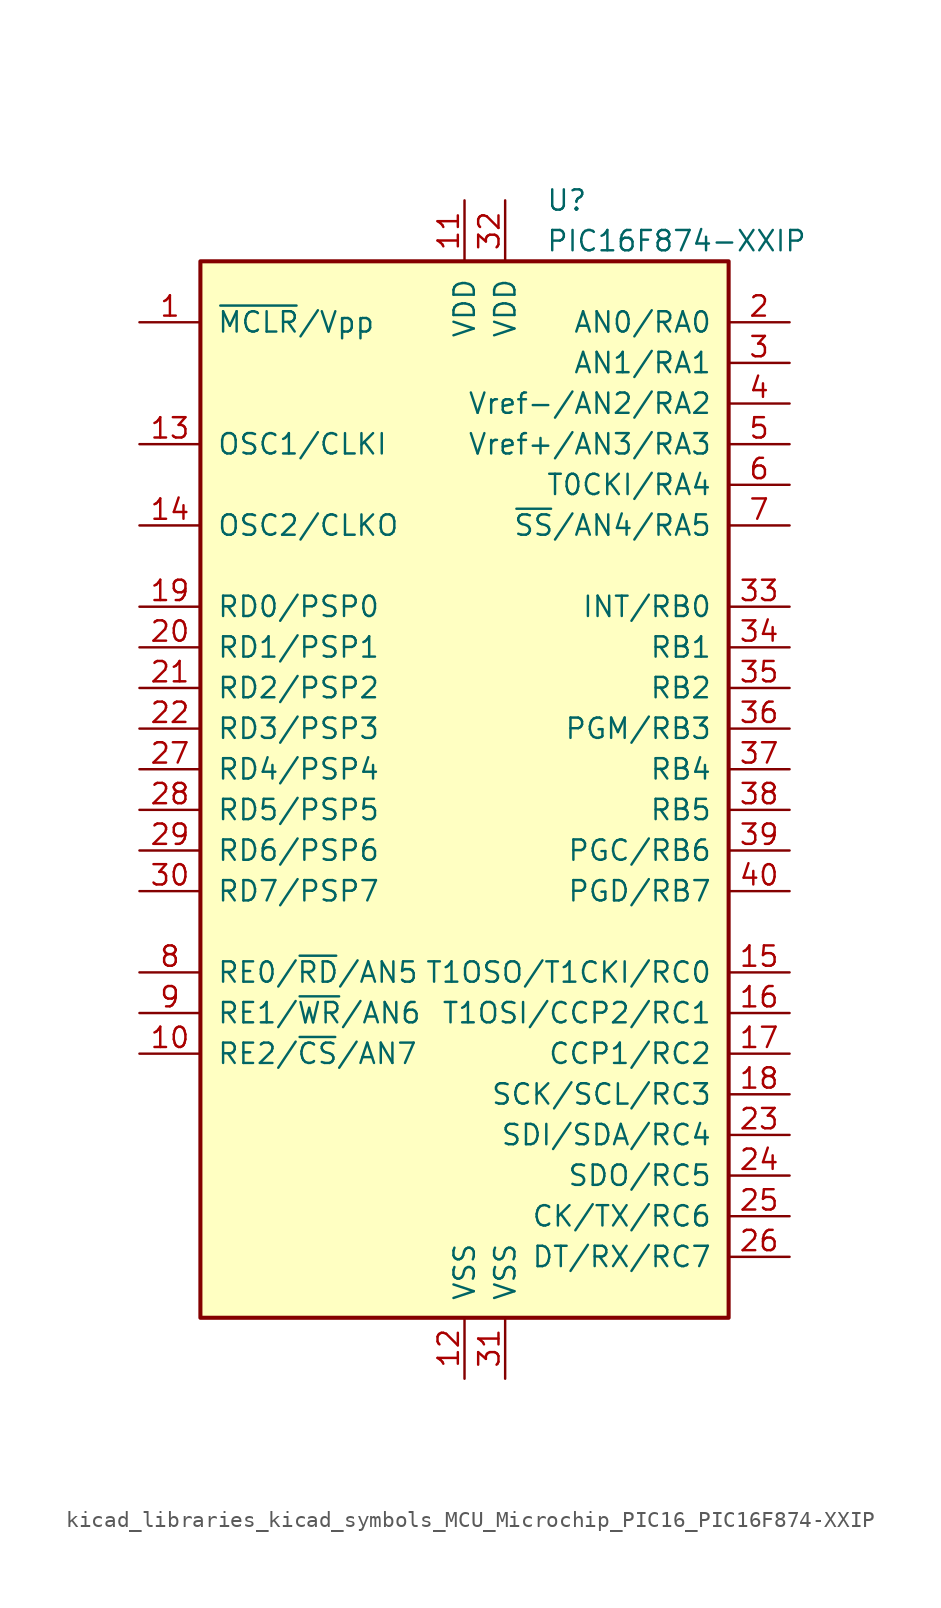
<source format=kicad_sym>
(kicad_symbol_lib
  (version 20220914)
  (generator kicad_symbol_editor)
  (symbol "kicad_libraries_kicad_symbols_MCU_Microchip_PIC16_PIC16F874-XXIP"
    (pin_names
      (offset 1.016))
    (property "Reference" "U"
      (at 5.08 35.56 0)
      (effects (font (size 1.27 1.27)) (justify left)))
    (property "Value" "PIC16F874-XXIP"
      (at 5.08 33.02 0)
      (effects (font (size 1.27 1.27)) (justify left)))
    (symbol "kicad_libraries_kicad_symbols_MCU_Microchip_PIC16_PIC16F874-XXIP_0_1"
      (rectangle (start -16.51 31.75) (end 16.51 -34.29) (stroke (width 0.254) (type default)) (fill (type background))))
    (symbol "kicad_libraries_kicad_symbols_MCU_Microchip_PIC16_PIC16F874-XXIP_1_1"
      (pin input line (at -20.32 27.94 0) (length 3.81) (name "~{MCLR}/Vpp" (effects (font (size 1.27 1.27)))) (number "1" (effects (font (size 1.27 1.27)))))
      (pin bidirectional line (at -20.32 -17.78 0) (length 3.81) (name "RE2/~{CS}/AN7" (effects (font (size 1.27 1.27)))) (number "10" (effects (font (size 1.27 1.27)))))
      (pin power_in line (at 0 35.56 270) (length 3.81) (name "VDD" (effects (font (size 1.27 1.27)))) (number "11" (effects (font (size 1.27 1.27)))))
      (pin power_in line (at 0 -38.1 90) (length 3.81) (name "VSS" (effects (font (size 1.27 1.27)))) (number "12" (effects (font (size 1.27 1.27)))))
      (pin input line (at -20.32 20.32 0) (length 3.81) (name "OSC1/CLKI" (effects (font (size 1.27 1.27)))) (number "13" (effects (font (size 1.27 1.27)))))
      (pin output line (at -20.32 15.24 0) (length 3.81) (name "OSC2/CLKO" (effects (font (size 1.27 1.27)))) (number "14" (effects (font (size 1.27 1.27)))))
      (pin bidirectional line (at 20.32 -12.7 180) (length 3.81) (name "T1OSO/T1CKI/RC0" (effects (font (size 1.27 1.27)))) (number "15" (effects (font (size 1.27 1.27)))))
      (pin bidirectional line (at 20.32 -15.24 180) (length 3.81) (name "T1OSI/CCP2/RC1" (effects (font (size 1.27 1.27)))) (number "16" (effects (font (size 1.27 1.27)))))
      (pin bidirectional line (at 20.32 -17.78 180) (length 3.81) (name "CCP1/RC2" (effects (font (size 1.27 1.27)))) (number "17" (effects (font (size 1.27 1.27)))))
      (pin bidirectional line (at 20.32 -20.32 180) (length 3.81) (name "SCK/SCL/RC3" (effects (font (size 1.27 1.27)))) (number "18" (effects (font (size 1.27 1.27)))))
      (pin bidirectional line (at -20.32 10.16 0) (length 3.81) (name "RD0/PSP0" (effects (font (size 1.27 1.27)))) (number "19" (effects (font (size 1.27 1.27)))))
      (pin bidirectional line (at 20.32 27.94 180) (length 3.81) (name "AN0/RA0" (effects (font (size 1.27 1.27)))) (number "2" (effects (font (size 1.27 1.27)))))
      (pin bidirectional line (at -20.32 7.62 0) (length 3.81) (name "RD1/PSP1" (effects (font (size 1.27 1.27)))) (number "20" (effects (font (size 1.27 1.27)))))
      (pin bidirectional line (at -20.32 5.08 0) (length 3.81) (name "RD2/PSP2" (effects (font (size 1.27 1.27)))) (number "21" (effects (font (size 1.27 1.27)))))
      (pin bidirectional line (at -20.32 2.54 0) (length 3.81) (name "RD3/PSP3" (effects (font (size 1.27 1.27)))) (number "22" (effects (font (size 1.27 1.27)))))
      (pin bidirectional line (at 20.32 -22.86 180) (length 3.81) (name "SDI/SDA/RC4" (effects (font (size 1.27 1.27)))) (number "23" (effects (font (size 1.27 1.27)))))
      (pin bidirectional line (at 20.32 -25.4 180) (length 3.81) (name "SDO/RC5" (effects (font (size 1.27 1.27)))) (number "24" (effects (font (size 1.27 1.27)))))
      (pin bidirectional line (at 20.32 -27.94 180) (length 3.81) (name "CK/TX/RC6" (effects (font (size 1.27 1.27)))) (number "25" (effects (font (size 1.27 1.27)))))
      (pin bidirectional line (at 20.32 -30.48 180) (length 3.81) (name "DT/RX/RC7" (effects (font (size 1.27 1.27)))) (number "26" (effects (font (size 1.27 1.27)))))
      (pin bidirectional line (at -20.32 0 0) (length 3.81) (name "RD4/PSP4" (effects (font (size 1.27 1.27)))) (number "27" (effects (font (size 1.27 1.27)))))
      (pin bidirectional line (at -20.32 -2.54 0) (length 3.81) (name "RD5/PSP5" (effects (font (size 1.27 1.27)))) (number "28" (effects (font (size 1.27 1.27)))))
      (pin bidirectional line (at -20.32 -5.08 0) (length 3.81) (name "RD6/PSP6" (effects (font (size 1.27 1.27)))) (number "29" (effects (font (size 1.27 1.27)))))
      (pin bidirectional line (at 20.32 25.4 180) (length 3.81) (name "AN1/RA1" (effects (font (size 1.27 1.27)))) (number "3" (effects (font (size 1.27 1.27)))))
      (pin bidirectional line (at -20.32 -7.62 0) (length 3.81) (name "RD7/PSP7" (effects (font (size 1.27 1.27)))) (number "30" (effects (font (size 1.27 1.27)))))
      (pin power_in line (at 2.54 -38.1 90) (length 3.81) (name "VSS" (effects (font (size 1.27 1.27)))) (number "31" (effects (font (size 1.27 1.27)))))
      (pin power_in line (at 2.54 35.56 270) (length 3.81) (name "VDD" (effects (font (size 1.27 1.27)))) (number "32" (effects (font (size 1.27 1.27)))))
      (pin bidirectional line (at 20.32 10.16 180) (length 3.81) (name "INT/RB0" (effects (font (size 1.27 1.27)))) (number "33" (effects (font (size 1.27 1.27)))))
      (pin bidirectional line (at 20.32 7.62 180) (length 3.81) (name "RB1" (effects (font (size 1.27 1.27)))) (number "34" (effects (font (size 1.27 1.27)))))
      (pin bidirectional line (at 20.32 5.08 180) (length 3.81) (name "RB2" (effects (font (size 1.27 1.27)))) (number "35" (effects (font (size 1.27 1.27)))))
      (pin bidirectional line (at 20.32 2.54 180) (length 3.81) (name "PGM/RB3" (effects (font (size 1.27 1.27)))) (number "36" (effects (font (size 1.27 1.27)))))
      (pin bidirectional line (at 20.32 0 180) (length 3.81) (name "RB4" (effects (font (size 1.27 1.27)))) (number "37" (effects (font (size 1.27 1.27)))))
      (pin bidirectional line (at 20.32 -2.54 180) (length 3.81) (name "RB5" (effects (font (size 1.27 1.27)))) (number "38" (effects (font (size 1.27 1.27)))))
      (pin bidirectional line (at 20.32 -5.08 180) (length 3.81) (name "PGC/RB6" (effects (font (size 1.27 1.27)))) (number "39" (effects (font (size 1.27 1.27)))))
      (pin bidirectional line (at 20.32 22.86 180) (length 3.81) (name "Vref-/AN2/RA2" (effects (font (size 1.27 1.27)))) (number "4" (effects (font (size 1.27 1.27)))))
      (pin bidirectional line (at 20.32 -7.62 180) (length 3.81) (name "PGD/RB7" (effects (font (size 1.27 1.27)))) (number "40" (effects (font (size 1.27 1.27)))))
      (pin bidirectional line (at 20.32 20.32 180) (length 3.81) (name "Vref+/AN3/RA3" (effects (font (size 1.27 1.27)))) (number "5" (effects (font (size 1.27 1.27)))))
      (pin bidirectional line (at 20.32 17.78 180) (length 3.81) (name "T0CKI/RA4" (effects (font (size 1.27 1.27)))) (number "6" (effects (font (size 1.27 1.27)))))
      (pin bidirectional line (at 20.32 15.24 180) (length 3.81) (name "~{SS}/AN4/RA5" (effects (font (size 1.27 1.27)))) (number "7" (effects (font (size 1.27 1.27)))))
      (pin bidirectional line (at -20.32 -12.7 0) (length 3.81) (name "RE0/~{RD}/AN5" (effects (font (size 1.27 1.27)))) (number "8" (effects (font (size 1.27 1.27)))))
      (pin bidirectional line (at -20.32 -15.24 0) (length 3.81) (name "RE1/~{WR}/AN6" (effects (font (size 1.27 1.27)))) (number "9" (effects (font (size 1.27 1.27))))))))
</source>
